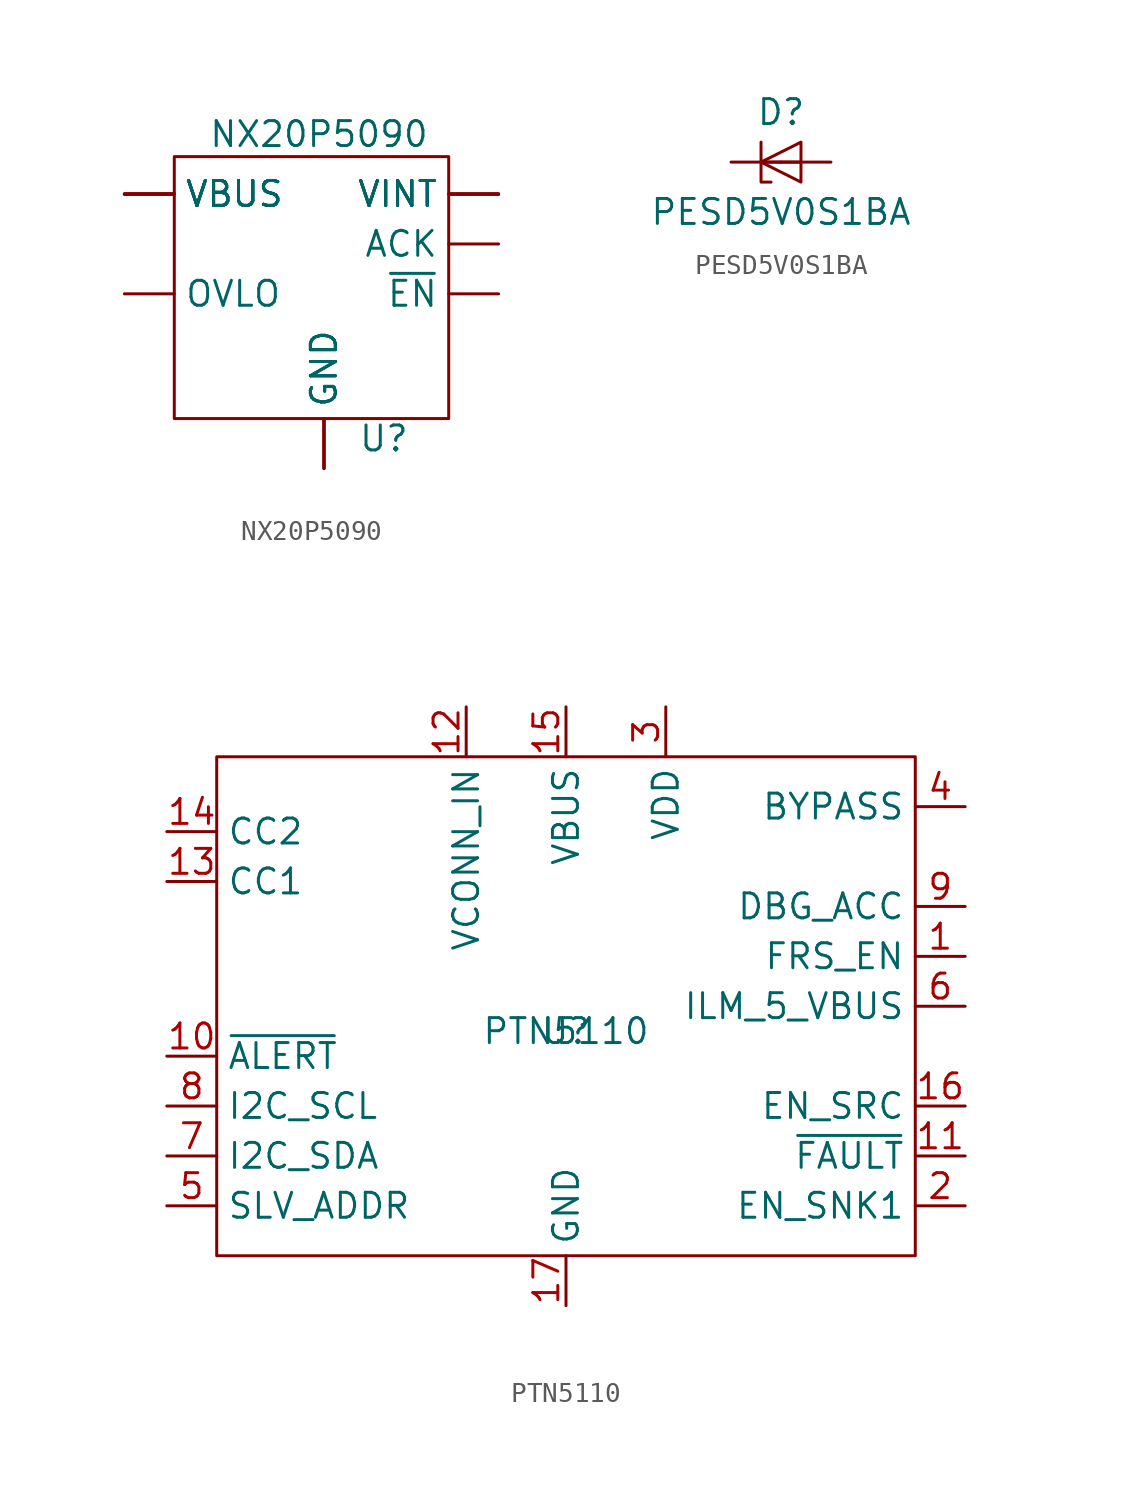
<source format=kicad_sym>
(kicad_symbol_lib
  (version 20241209)
  (generator "kicad_symbol_editor")
  (generator_version "9.0")
  (symbol "NX20P5090"
    (pin_numbers
      (hide yes))
    (property "Reference" "U"
      (at 3.048 -9.906 0)
      (effects (font (size 1.27 1.27))))
    (property "Value" "NX20P5090"
      (at -0.254 5.588 0)
      (effects (font (size 1.27 1.27))))
    (symbol "NX20P5090_0_0"
      (pin input line (at -10.16 -2.54 0) (length 2.54) (name "OVLO" (effects (font (size 1.27 1.27)))) (number "B3" (effects (font (size 1.27 1.27)))))
      (pin passive line (at 0 -11.43 90) (length 2.54) (name "GND" (effects (font (size 1.27 1.27)))) (number "C3" (effects (font (size 1.27 1.27)))))
      (pin passive line (at 0 -11.43 90) (length 2.54) (name "GND" (effects (font (size 1.27 1.27)))) (number "D3" (effects (font (size 1.27 1.27)))))
      (pin passive line (at 0 -11.43 90) (length 2.54) (name "GND" (effects (font (size 1.27 1.27)))) (number "E3" (effects (font (size 1.27 1.27)))))
      (pin power_out line (at 8.89 2.54 180) (length 2.54) (name "VINT" (effects (font (size 1.27 1.27)))) (number "A1" (effects (font (size 1.27 1.27)))))
      (pin power_out line (at 8.89 2.54 180) (length 2.54) (name "VINT" (effects (font (size 1.27 1.27)))) (number "B1" (effects (font (size 1.27 1.27)))))
      (pin power_out line (at 8.89 2.54 180) (length 2.54) (name "VINT" (effects (font (size 1.27 1.27)))) (number "C1" (effects (font (size 1.27 1.27)))))
      (pin power_out line (at 8.89 2.54 180) (length 2.54) (name "VINT" (effects (font (size 1.27 1.27)))) (number "D1" (effects (font (size 1.27 1.27)))))
      (pin input line (at 8.89 0 180) (length 2.54) (name "ACK" (effects (font (size 1.27 1.27)))) (number "A2" (effects (font (size 1.27 1.27)))))
      (pin input line (at 8.89 -2.54 180) (length 2.54) (name "~{EN}" (effects (font (size 1.27 1.27)))) (number "A3" (effects (font (size 1.27 1.27))))))
    (symbol "NX20P5090_0_1"
      (rectangle (start -7.62 4.445) (end 6.35 -8.89) (stroke (width 0) (type default)) (fill (type none))))
    (symbol "NX20P5090_1_0"
      (pin power_in line (at -10.16 2.54 0) (length 2.54) (name "VBUS" (effects (font (size 1.27 1.27)))) (number "B2" (effects (font (size 1.27 1.27)))))
      (pin power_in line (at -10.16 2.54 0) (length 2.54) (name "VBUS" (effects (font (size 1.27 1.27)))) (number "C2" (effects (font (size 1.27 1.27)))))
      (pin power_in line (at -10.16 2.54 0) (length 2.54) (name "VBUS" (effects (font (size 1.27 1.27)))) (number "D2" (effects (font (size 1.27 1.27)))))
      (pin power_in line (at -10.16 2.54 0) (length 2.54) (name "VBUS" (effects (font (size 1.27 1.27)))) (number "E1" (effects (font (size 1.27 1.27)))))
      (pin power_in line (at -10.16 2.54 0) (length 2.54) (name "VBUS" (effects (font (size 1.27 1.27)))) (number "E2" (effects (font (size 1.27 1.27)))))))
  (symbol "PESD5V0S1BA"
    (pin_numbers
      (hide yes))
    (pin_names
      (hide yes))
    (property "Reference" "D"
      (at 0 2.54 0)
      (effects (font (size 1.27 1.27))))
    (property "Value" "PESD5V0S1BA"
      (at 0 -2.54 0)
      (effects (font (size 1.27 1.27))))
    (symbol "PESD5V0S1BA_0_1"
      (polyline (pts (xy -1.016 1.016) (xy -1.016 -1.016) (xy -0.508 -1.016)) (stroke (width 0) (type default)) (fill (type none)))
      (polyline (pts (xy -1.016 0) (xy 1.016 0)) (stroke (width 0) (type default)) (fill (type none)))
      (polyline (pts (xy 1.016 1.016) (xy -1.016 0) (xy 1.016 -1.016) (xy 1.016 1.016)) (stroke (width 0) (type default)) (fill (type none))))
    (symbol "PESD5V0S1BA_1_1"
      (pin passive line (at -2.54 0 0) (length 2.54) (name "K1" (effects (font (size 1.27 1.27)))) (number "1" (effects (font (size 1.27 1.27)))))
      (pin passive line (at 2.54 0 180) (length 2.54) (name "A" (effects (font (size 1.27 1.27)))) (number "2" (effects (font (size 1.27 1.27)))))
      (pin passive line (at 2.54 0 180) (length 2.54) (hide yes) (name "A" (effects (font (size 1.27 1.27)))) (number "5" (effects (font (size 1.27 1.27)))))))
  (symbol "PTN5110"
    (property "Reference" "U"
      (at 0 0 0)
      (effects (font (size 1.27 1.27))))
    (property "Value" "PTN5110"
      (at 0 0 0)
      (effects (font (size 1.27 1.27))))
    (symbol "PTN5110_0_1"
      (rectangle (start -17.78 13.97) (end 17.78 -11.43) (stroke (width 0) (type default)) (fill (type none))))
    (symbol "PTN5110_1_0"
      (pin bidirectional line (at -20.32 10.16 0) (length 2.54) (name "CC2" (effects (font (size 1.27 1.27)))) (number "14" (effects (font (size 1.27 1.27)))))
      (pin bidirectional line (at -20.32 7.62 0) (length 2.54) (name "CC1" (effects (font (size 1.27 1.27)))) (number "13" (effects (font (size 1.27 1.27)))))
      (pin output line (at -20.32 -1.27 0) (length 2.54) (name "~{ALERT}" (effects (font (size 1.27 1.27)))) (number "10" (effects (font (size 1.27 1.27)))))
      (pin input line (at -20.32 -3.81 0) (length 2.54) (name "I2C_SCL" (effects (font (size 1.27 1.27)))) (number "8" (effects (font (size 1.27 1.27)))))
      (pin bidirectional line (at -20.32 -6.35 0) (length 2.54) (name "I2C_SDA" (effects (font (size 1.27 1.27)))) (number "7" (effects (font (size 1.27 1.27)))))
      (pin input line (at -20.32 -8.89 0) (length 2.54) (name "SLV_ADDR" (effects (font (size 1.27 1.27)))) (number "5" (effects (font (size 1.27 1.27)))))
      (pin power_in line (at -5.08 16.51 270) (length 2.54) (name "VCONN_IN" (effects (font (size 1.27 1.27)))) (number "12" (effects (font (size 1.27 1.27)))))
      (pin power_in line (at 0 16.51 270) (length 2.54) (name "VBUS" (effects (font (size 1.27 1.27)))) (number "15" (effects (font (size 1.27 1.27)))))
      (pin passive line (at 0 -13.97 90) (length 2.54) (name "GND" (effects (font (size 1.27 1.27)))) (number "17" (effects (font (size 1.27 1.27)))))
      (pin power_in line (at 5.08 16.51 270) (length 2.54) (name "VDD" (effects (font (size 1.27 1.27)))) (number "3" (effects (font (size 1.27 1.27)))))
      (pin passive line (at 20.32 11.43 180) (length 2.54) (name "BYPASS" (effects (font (size 1.27 1.27)))) (number "4" (effects (font (size 1.27 1.27)))))
      (pin output line (at 20.32 6.35 180) (length 2.54) (name "DBG_ACC" (effects (font (size 1.27 1.27)))) (number "9" (effects (font (size 1.27 1.27)))))
      (pin bidirectional line (at 20.32 1.27 180) (length 2.54) (name "ILM_5_VBUS" (effects (font (size 1.27 1.27)))) (number "6" (effects (font (size 1.27 1.27)))))
      (pin output line (at 20.32 -3.81 180) (length 2.54) (name "EN_SRC" (effects (font (size 1.27 1.27)))) (number "16" (effects (font (size 1.27 1.27)))))
      (pin input line (at 20.32 -6.35 180) (length 2.54) (name "~{FAULT}" (effects (font (size 1.27 1.27)))) (number "11" (effects (font (size 1.27 1.27))))))
    (symbol "PTN5110_1_1"
      (pin output line (at 20.32 3.81 180) (length 2.54) (name "FRS_EN" (effects (font (size 1.27 1.27)))) (number "1" (effects (font (size 1.27 1.27)))))
      (pin output line (at 20.32 -8.89 180) (length 2.54) (name "EN_SNK1" (effects (font (size 1.27 1.27)))) (number "2" (effects (font (size 1.27 1.27))))))))
</source>
